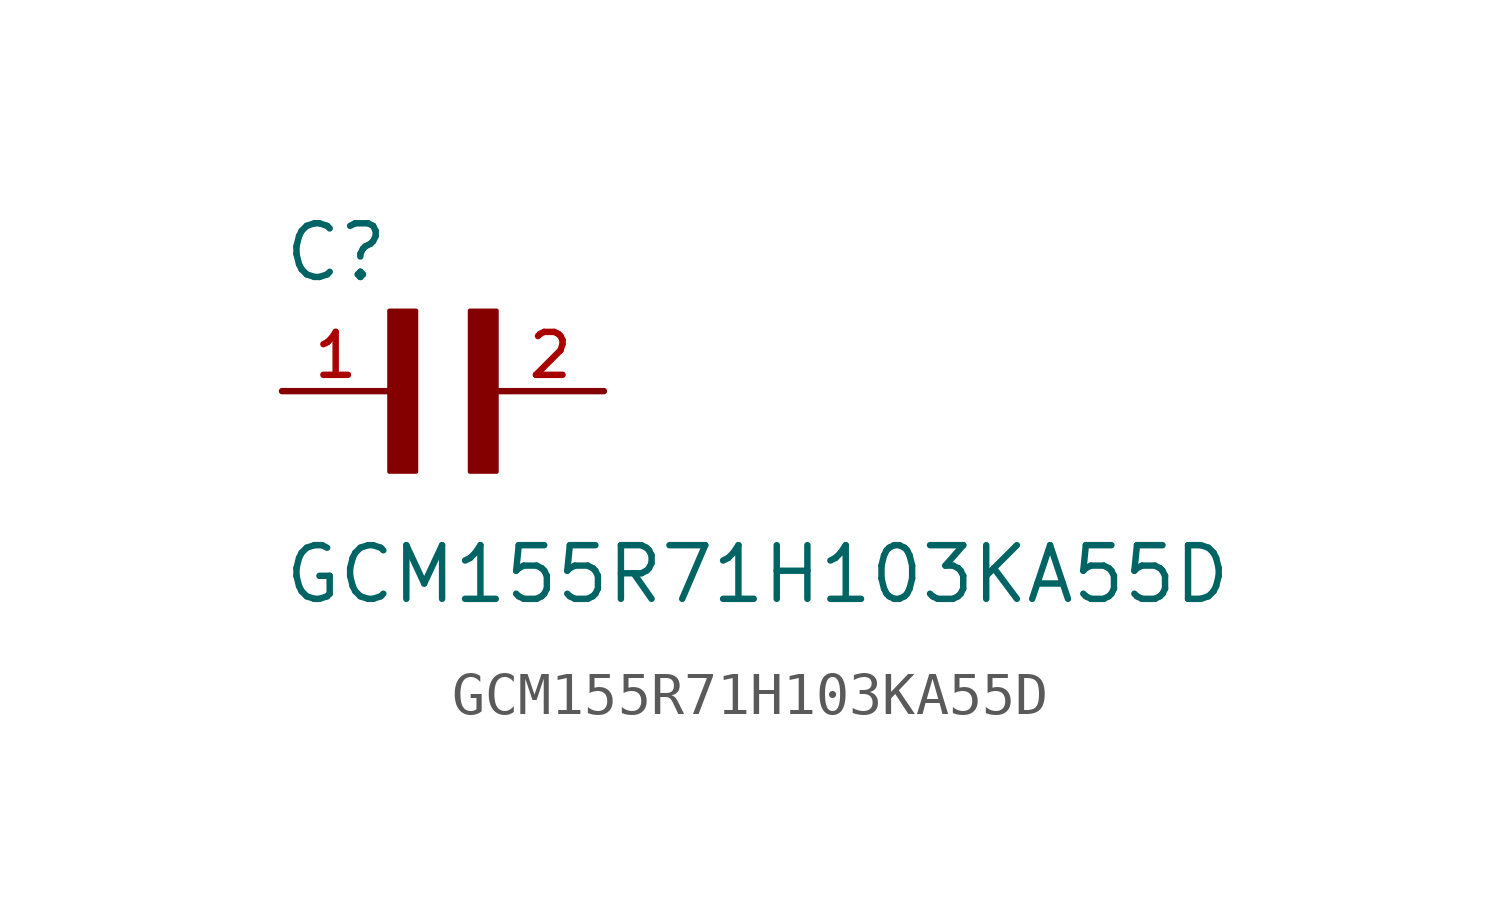
<source format=kicad_sym>
(kicad_symbol_lib
  (version 20231120)
  (generator "kicad_symbol_editor")
  (generator_version "8.0")
  (symbol "GCM155R71H103KA55D"
    (pin_names
      (offset 1.016))
    (property "Reference" "C"
      (at -2.54 2.54 0)
      (effects (font (size 1.27 1.27)) (justify left bottom)))
    (property "Value" "GCM155R71H103KA55D"
      (at -2.54 -5.08 0)
      (effects (font (size 1.27 1.27)) (justify left bottom)))
    (symbol "GCM155R71H103KA55D_0_0"
      (rectangle (start 0 -1.907) (end 0.635 1.905) (stroke (width 0.1) (type default)) (fill (type outline)))
      (rectangle (start 1.907 -1.907) (end 2.54 1.905) (stroke (width 0.1) (type default)) (fill (type outline)))
      (pin passive line (at -2.54 0 0) (length 2.54) (name "~" (effects (font (size 1.016 1.016)))) (number "1" (effects (font (size 1.016 1.016)))))
      (pin passive line (at 5.08 0 180) (length 2.54) (name "~" (effects (font (size 1.016 1.016)))) (number "2" (effects (font (size 1.016 1.016))))))))
</source>
